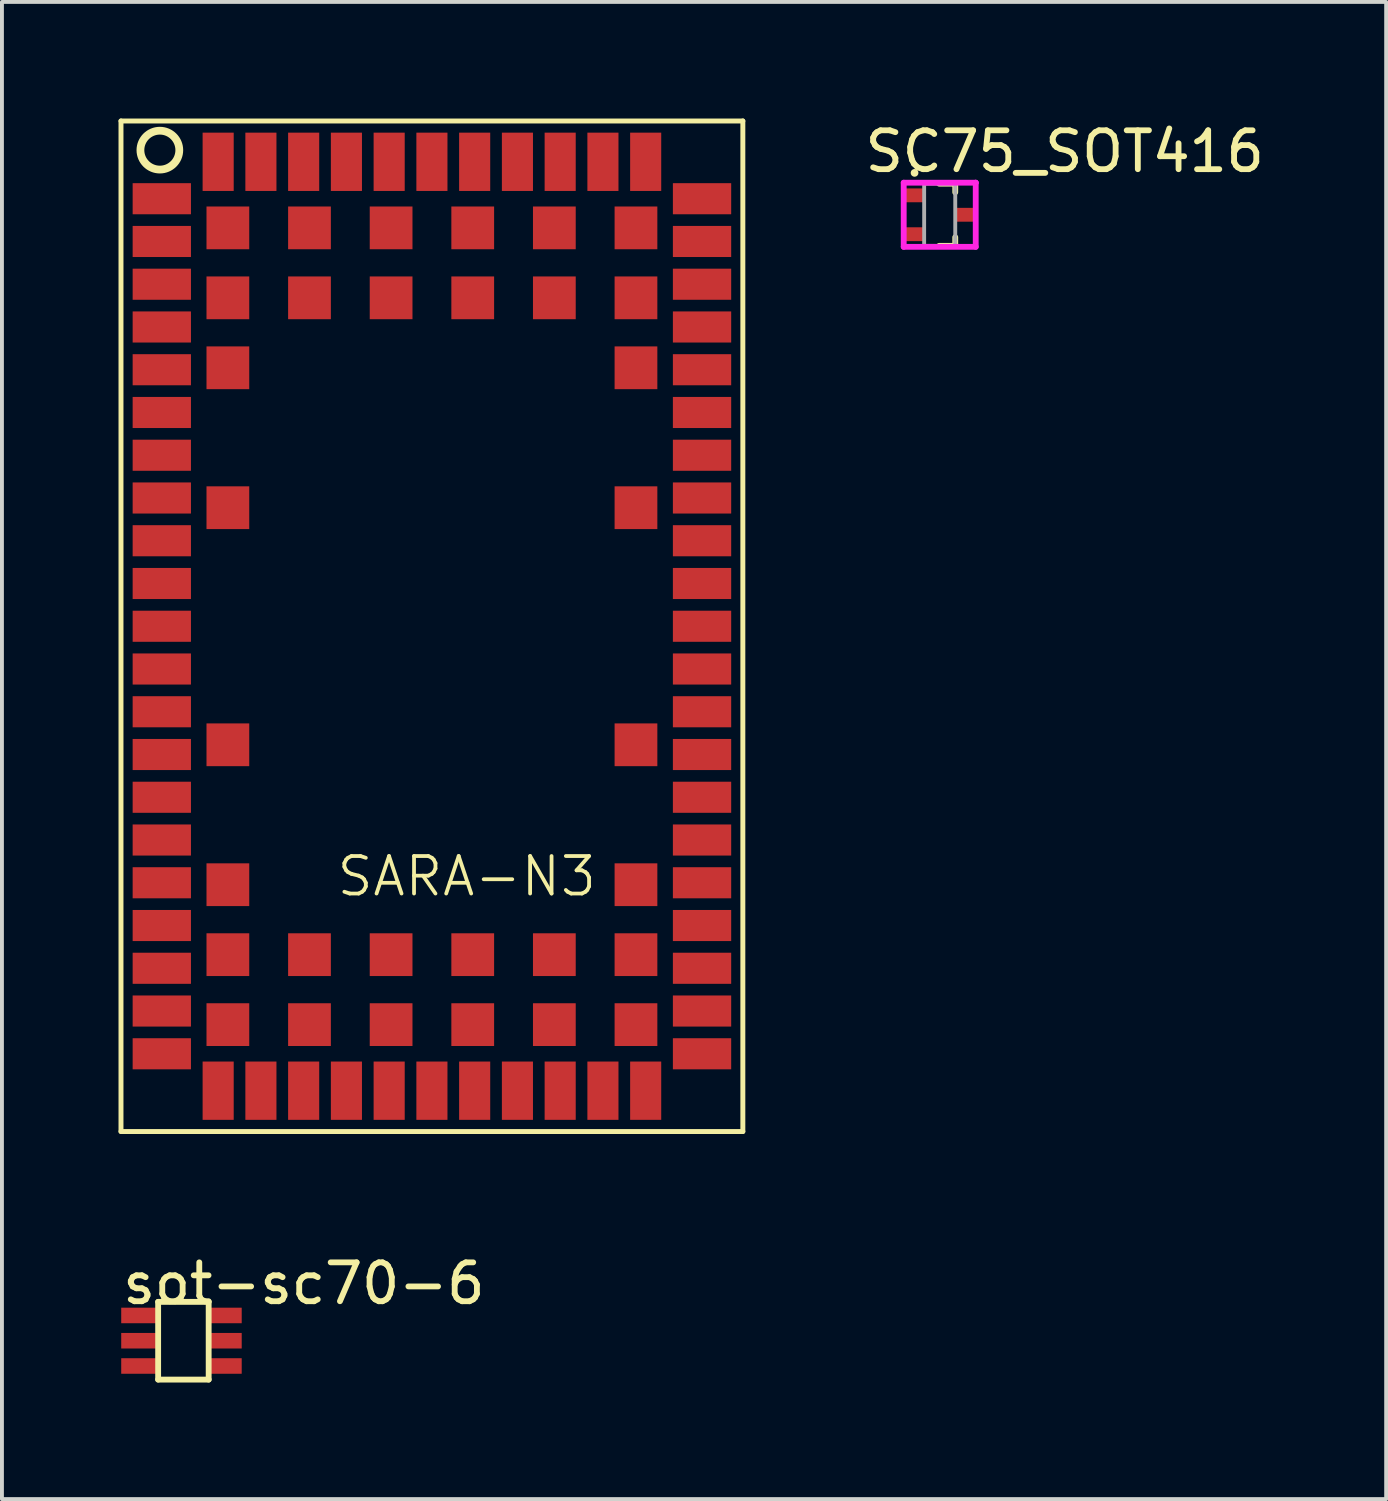
<source format=kicad_pcb>
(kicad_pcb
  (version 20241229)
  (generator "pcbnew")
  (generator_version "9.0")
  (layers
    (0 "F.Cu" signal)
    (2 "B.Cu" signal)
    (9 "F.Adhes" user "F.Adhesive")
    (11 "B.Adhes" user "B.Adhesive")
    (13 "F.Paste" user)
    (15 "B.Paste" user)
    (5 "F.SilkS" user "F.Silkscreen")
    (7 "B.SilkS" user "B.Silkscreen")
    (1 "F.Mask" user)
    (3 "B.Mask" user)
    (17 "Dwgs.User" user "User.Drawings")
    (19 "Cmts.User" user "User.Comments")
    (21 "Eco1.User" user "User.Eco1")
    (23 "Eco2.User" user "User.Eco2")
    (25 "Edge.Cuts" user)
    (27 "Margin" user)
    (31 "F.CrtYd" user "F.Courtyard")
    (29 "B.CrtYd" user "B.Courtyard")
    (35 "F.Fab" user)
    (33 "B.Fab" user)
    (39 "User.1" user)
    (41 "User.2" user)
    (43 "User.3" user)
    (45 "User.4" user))
  (footprint "SARA-N3"
    (layer "F.Cu")
    (at 8.063 2.063)
    (property "Reference" "SARA-N3" (at -2.5 18 0) (layer "F.SilkS") (effects (font (size 0.965 0.965) (thickness 0.097)) (justify left bottom)))
    (attr through_hole)
    (fp_line (start -8 -2) (end 8 -2) (stroke (width 0.127) (type solid)) (layer "F.SilkS"))
    (fp_line (start -8 24) (end -8 -2) (stroke (width 0.127) (type solid)) (layer "F.SilkS"))
    (fp_line (start 8 -2) (end 8 24) (stroke (width 0.127) (type solid)) (layer "F.SilkS"))
    (fp_line (start 8 24) (end -8 24) (stroke (width 0.127) (type solid)) (layer "F.SilkS"))
    (fp_circle (center -7 -1.25) (end -6.5 -1.25) (stroke (width 0.2) (type solid)) (fill no) (layer "F.SilkS"))
    (pad "1" smd rect (at -6.95 0 90) (size 0.8 1.5) (layers "F.Cu" "F.Mask" "F.Paste"))
    (pad "2" smd rect (at -6.95 1.1 90) (size 0.8 1.5) (layers "F.Cu" "F.Mask" "F.Paste"))
    (pad "3" smd rect (at -6.95 2.2 90) (size 0.8 1.5) (layers "F.Cu" "F.Mask" "F.Paste"))
    (pad "4" smd rect (at -6.95 3.3 90) (size 0.8 1.5) (layers "F.Cu" "F.Mask" "F.Paste"))
    (pad "5" smd rect (at -6.95 4.4 90) (size 0.8 1.5) (layers "F.Cu" "F.Mask" "F.Paste"))
    (pad "6" smd rect (at -6.95 5.5 90) (size 0.8 1.5) (layers "F.Cu" "F.Mask" "F.Paste"))
    (pad "7" smd rect (at -6.95 6.6 90) (size 0.8 1.5) (layers "F.Cu" "F.Mask" "F.Paste"))
    (pad "8" smd rect (at -6.95 7.7 90) (size 0.8 1.5) (layers "F.Cu" "F.Mask" "F.Paste"))
    (pad "9" smd rect (at -6.95 8.8 90) (size 0.8 1.5) (layers "F.Cu" "F.Mask" "F.Paste"))
    (pad "10" smd rect (at -6.95 9.9 90) (size 0.8 1.5) (layers "F.Cu" "F.Mask" "F.Paste"))
    (pad "11" smd rect (at -6.95 11 90) (size 0.8 1.5) (layers "F.Cu" "F.Mask" "F.Paste"))
    (pad "12" smd rect (at -6.95 12.1 90) (size 0.8 1.5) (layers "F.Cu" "F.Mask" "F.Paste"))
    (pad "13" smd rect (at -6.95 13.2 90) (size 0.8 1.5) (layers "F.Cu" "F.Mask" "F.Paste"))
    (pad "14" smd rect (at -6.95 14.3 90) (size 0.8 1.5) (layers "F.Cu" "F.Mask" "F.Paste"))
    (pad "15" smd rect (at -6.95 15.4 90) (size 0.8 1.5) (layers "F.Cu" "F.Mask" "F.Paste"))
    (pad "16" smd rect (at -6.95 16.5 90) (size 0.8 1.5) (layers "F.Cu" "F.Mask" "F.Paste"))
    (pad "17" smd rect (at -6.95 17.6 90) (size 0.8 1.5) (layers "F.Cu" "F.Mask" "F.Paste"))
    (pad "18" smd rect (at -6.95 18.7 90) (size 0.8 1.5) (layers "F.Cu" "F.Mask" "F.Paste"))
    (pad "19" smd rect (at -6.95 19.8 90) (size 0.8 1.5) (layers "F.Cu" "F.Mask" "F.Paste"))
    (pad "20" smd rect (at -6.95 20.9 90) (size 0.8 1.5) (layers "F.Cu" "F.Mask" "F.Paste"))
    (pad "21" smd rect (at -6.95 22 90) (size 0.8 1.5) (layers "F.Cu" "F.Mask" "F.Paste"))
    (pad "22" smd rect (at -5.5 22.95) (size 0.8 1.5) (layers "F.Cu" "F.Mask" "F.Paste"))
    (pad "23" smd rect (at -4.4 22.95) (size 0.8 1.5) (layers "F.Cu" "F.Mask" "F.Paste"))
    (pad "24" smd rect (at -3.3 22.95) (size 0.8 1.5) (layers "F.Cu" "F.Mask" "F.Paste"))
    (pad "25" smd rect (at -2.2 22.95) (size 0.8 1.5) (layers "F.Cu" "F.Mask" "F.Paste"))
    (pad "26" smd rect (at -1.1 22.95) (size 0.8 1.5) (layers "F.Cu" "F.Mask" "F.Paste"))
    (pad "27" smd rect (at 0 22.95) (size 0.8 1.5) (layers "F.Cu" "F.Mask" "F.Paste"))
    (pad "28" smd rect (at 1.1 22.95) (size 0.8 1.5) (layers "F.Cu" "F.Mask" "F.Paste"))
    (pad "29" smd rect (at 2.2 22.95) (size 0.8 1.5) (layers "F.Cu" "F.Mask" "F.Paste"))
    (pad "30" smd rect (at 3.3 22.95) (size 0.8 1.5) (layers "F.Cu" "F.Mask" "F.Paste"))
    (pad "31" smd rect (at 4.4 22.95) (size 0.8 1.5) (layers "F.Cu" "F.Mask" "F.Paste"))
    (pad "32" smd rect (at 5.5 22.95) (size 0.8 1.5) (layers "F.Cu" "F.Mask" "F.Paste"))
    (pad "33" smd rect (at 6.95 22 90) (size 0.8 1.5) (layers "F.Cu" "F.Mask" "F.Paste"))
    (pad "34" smd rect (at 6.95 20.9 90) (size 0.8 1.5) (layers "F.Cu" "F.Mask" "F.Paste"))
    (pad "35" smd rect (at 6.95 19.8 90) (size 0.8 1.5) (layers "F.Cu" "F.Mask" "F.Paste"))
    (pad "36" smd rect (at 6.95 18.7 90) (size 0.8 1.5) (layers "F.Cu" "F.Mask" "F.Paste"))
    (pad "37" smd rect (at 6.95 17.6 90) (size 0.8 1.5) (layers "F.Cu" "F.Mask" "F.Paste"))
    (pad "38" smd rect (at 6.95 16.5 90) (size 0.8 1.5) (layers "F.Cu" "F.Mask" "F.Paste"))
    (pad "39" smd rect (at 6.95 15.4 90) (size 0.8 1.5) (layers "F.Cu" "F.Mask" "F.Paste"))
    (pad "40" smd rect (at 6.95 14.3 90) (size 0.8 1.5) (layers "F.Cu" "F.Mask" "F.Paste"))
    (pad "41" smd rect (at 6.95 13.2 90) (size 0.8 1.5) (layers "F.Cu" "F.Mask" "F.Paste"))
    (pad "42" smd rect (at 6.95 12.1 90) (size 0.8 1.5) (layers "F.Cu" "F.Mask" "F.Paste"))
    (pad "43" smd rect (at 6.95 11 90) (size 0.8 1.5) (layers "F.Cu" "F.Mask" "F.Paste"))
    (pad "44" smd rect (at 6.95 9.9 90) (size 0.8 1.5) (layers "F.Cu" "F.Mask" "F.Paste"))
    (pad "45" smd rect (at 6.95 8.8 90) (size 0.8 1.5) (layers "F.Cu" "F.Mask" "F.Paste"))
    (pad "46" smd rect (at 6.95 7.7 90) (size 0.8 1.5) (layers "F.Cu" "F.Mask" "F.Paste"))
    (pad "47" smd rect (at 6.95 6.6 90) (size 0.8 1.5) (layers "F.Cu" "F.Mask" "F.Paste"))
    (pad "48" smd rect (at 6.95 5.5 90) (size 0.8 1.5) (layers "F.Cu" "F.Mask" "F.Paste"))
    (pad "49" smd rect (at 6.95 4.4 90) (size 0.8 1.5) (layers "F.Cu" "F.Mask" "F.Paste"))
    (pad "50" smd rect (at 6.95 3.3 90) (size 0.8 1.5) (layers "F.Cu" "F.Mask" "F.Paste"))
    (pad "51" smd rect (at 6.95 2.2 90) (size 0.8 1.5) (layers "F.Cu" "F.Mask" "F.Paste"))
    (pad "52" smd rect (at 6.95 1.1 90) (size 0.8 1.5) (layers "F.Cu" "F.Mask" "F.Paste"))
    (pad "53" smd rect (at 6.95 0 90) (size 0.8 1.5) (layers "F.Cu" "F.Mask" "F.Paste"))
    (pad "54" smd rect (at 5.5 -0.95) (size 0.8 1.5) (layers "F.Cu" "F.Mask" "F.Paste"))
    (pad "55" smd rect (at 4.4 -0.95) (size 0.8 1.5) (layers "F.Cu" "F.Mask" "F.Paste"))
    (pad "56" smd rect (at 3.3 -0.95) (size 0.8 1.5) (layers "F.Cu" "F.Mask" "F.Paste"))
    (pad "57" smd rect (at 2.2 -0.95) (size 0.8 1.5) (layers "F.Cu" "F.Mask" "F.Paste"))
    (pad "58" smd rect (at 1.1 -0.95) (size 0.8 1.5) (layers "F.Cu" "F.Mask" "F.Paste"))
    (pad "59" smd rect (at 0 -0.95) (size 0.8 1.5) (layers "F.Cu" "F.Mask" "F.Paste"))
    (pad "60" smd rect (at -1.1 -0.95) (size 0.8 1.5) (layers "F.Cu" "F.Mask" "F.Paste"))
    (pad "61" smd rect (at -2.2 -0.95) (size 0.8 1.5) (layers "F.Cu" "F.Mask" "F.Paste"))
    (pad "62" smd rect (at -3.3 -0.95) (size 0.8 1.5) (layers "F.Cu" "F.Mask" "F.Paste"))
    (pad "63" smd rect (at -4.4 -0.95) (size 0.8 1.5) (layers "F.Cu" "F.Mask" "F.Paste"))
    (pad "64" smd rect (at -5.5 -0.95) (size 0.8 1.5) (layers "F.Cu" "F.Mask" "F.Paste"))
    (pad "65" smd rect (at -5.25 0.75) (size 1.1 1.1) (layers "F.Cu" "F.Mask" "F.Paste"))
    (pad "66" smd rect (at -3.15 0.75) (size 1.1 1.1) (layers "F.Cu" "F.Mask" "F.Paste"))
    (pad "67" smd rect (at -1.05 0.75) (size 1.1 1.1) (layers "F.Cu" "F.Mask" "F.Paste"))
    (pad "68" smd rect (at 1.05 0.75) (size 1.1 1.1) (layers "F.Cu" "F.Mask" "F.Paste"))
    (pad "69" smd rect (at 3.15 0.75) (size 1.1 1.1) (layers "F.Cu" "F.Mask" "F.Paste"))
    (pad "70" smd rect (at 5.25 0.75) (size 1.1 1.1) (layers "F.Cu" "F.Mask" "F.Paste"))
    (pad "71" smd rect (at -5.25 2.55) (size 1.1 1.1) (layers "F.Cu" "F.Mask" "F.Paste"))
    (pad "72" smd rect (at -3.15 2.55) (size 1.1 1.1) (layers "F.Cu" "F.Mask" "F.Paste"))
    (pad "73" smd rect (at -1.05 2.55) (size 1.1 1.1) (layers "F.Cu" "F.Mask" "F.Paste"))
    (pad "74" smd rect (at 1.05 2.55) (size 1.1 1.1) (layers "F.Cu" "F.Mask" "F.Paste"))
    (pad "75" smd rect (at 3.15 2.55) (size 1.1 1.1) (layers "F.Cu" "F.Mask" "F.Paste"))
    (pad "76" smd rect (at 5.25 2.55) (size 1.1 1.1) (layers "F.Cu" "F.Mask" "F.Paste"))
    (pad "77" smd rect (at -5.25 4.35) (size 1.1 1.1) (layers "F.Cu" "F.Mask" "F.Paste"))
    (pad "78" smd rect (at 5.25 4.35) (size 1.1 1.1) (layers "F.Cu" "F.Mask" "F.Paste"))
    (pad "79" smd rect (at -5.25 7.95) (size 1.1 1.1) (layers "F.Cu" "F.Mask" "F.Paste"))
    (pad "80" smd rect (at 5.25 7.95) (size 1.1 1.1) (layers "F.Cu" "F.Mask" "F.Paste"))
    (pad "81" smd rect (at -5.25 14.05) (size 1.1 1.1) (layers "F.Cu" "F.Mask" "F.Paste"))
    (pad "82" smd rect (at 5.25 14.05) (size 1.1 1.1) (layers "F.Cu" "F.Mask" "F.Paste"))
    (pad "83" smd rect (at -5.25 17.65) (size 1.1 1.1) (layers "F.Cu" "F.Mask" "F.Paste"))
    (pad "84" smd rect (at 5.25 17.65) (size 1.1 1.1) (layers "F.Cu" "F.Mask" "F.Paste"))
    (pad "85" smd rect (at -5.25 19.45) (size 1.1 1.1) (layers "F.Cu" "F.Mask" "F.Paste"))
    (pad "86" smd rect (at -3.15 19.45) (size 1.1 1.1) (layers "F.Cu" "F.Mask" "F.Paste"))
    (pad "87" smd rect (at -1.05 19.45) (size 1.1 1.1) (layers "F.Cu" "F.Mask" "F.Paste"))
    (pad "88" smd rect (at 1.05 19.45) (size 1.1 1.1) (layers "F.Cu" "F.Mask" "F.Paste"))
    (pad "89" smd rect (at 3.15 19.45) (size 1.1 1.1) (layers "F.Cu" "F.Mask" "F.Paste"))
    (pad "90" smd rect (at 5.25 19.45) (size 1.1 1.1) (layers "F.Cu" "F.Mask" "F.Paste"))
    (pad "91" smd rect (at -5.25 21.25) (size 1.1 1.1) (layers "F.Cu" "F.Mask" "F.Paste"))
    (pad "92" smd rect (at -3.15 21.25) (size 1.1 1.1) (layers "F.Cu" "F.Mask" "F.Paste"))
    (pad "93" smd rect (at -1.05 21.25) (size 1.1 1.1) (layers "F.Cu" "F.Mask" "F.Paste"))
    (pad "94" smd rect (at 1.05 21.25) (size 1.1 1.1) (layers "F.Cu" "F.Mask" "F.Paste"))
    (pad "95" smd rect (at 3.15 21.25) (size 1.1 1.1) (layers "F.Cu" "F.Mask" "F.Paste"))
    (pad "96" smd rect (at 5.25 21.25) (size 1.1 1.1) (layers "F.Cu" "F.Mask" "F.Paste")))
  (footprint "SC75_SOT416"
    (layer "F.Cu")
    (at 21.128 2.476)
    (property "Reference" "SC75_SOT416" (at -2.001 -1.628 0) (layer "F.SilkS") (effects (font (size 1 1) (thickness 0.15)) (justify left)))
    (attr smd)
    (fp_line (start -0.013 -0.8) (end 0.4 -0.8) (stroke (width 0.15) (type solid)) (layer "F.SilkS"))
    (fp_line (start -0.013 0.8) (end 0.4 0.8) (stroke (width 0.15) (type solid)) (layer "F.SilkS"))
    (fp_line (start 0.4 -0.578) (end 0.4 -0.8) (stroke (width 0.15) (type solid)) (layer "F.SilkS"))
    (fp_line (start 0.4 0.8) (end 0.4 0.578) (stroke (width 0.15) (type solid)) (layer "F.SilkS"))
    (fp_circle (center -0.647 -1.078) (end -0.597 -1.078) (stroke (width 0.1) (type solid)) (fill no) (layer "F.SilkS"))
    (fp_line (start -0.926 -0.825) (end -0.926 0.825) (stroke (width 0.15) (type solid)) (layer "F.CrtYd"))
    (fp_line (start -0.926 0.825) (end 0.927 0.825) (stroke (width 0.15) (type solid)) (layer "F.CrtYd"))
    (fp_line (start 0.927 -0.825) (end -0.926 -0.825) (stroke (width 0.15) (type solid)) (layer "F.CrtYd"))
    (fp_line (start 0.927 -0.825) (end 0.927 -0.825) (stroke (width 0.15) (type solid)) (layer "F.CrtYd"))
    (fp_line (start 0.927 0.825) (end 0.927 -0.825) (stroke (width 0.15) (type solid)) (layer "F.CrtYd"))
    (fp_line (start -0.4 -0.8) (end 0.4 -0.8) (stroke (width 0.1) (type solid)) (layer "F.Fab"))
    (fp_line (start -0.4 0.8) (end -0.4 -0.8) (stroke (width 0.1) (type solid)) (layer "F.Fab"))
    (fp_line (start -0.4 0.8) (end 0.4 0.8) (stroke (width 0.1) (type solid)) (layer "F.Fab"))
    (fp_line (start 0.4 0.8) (end 0.4 -0.8) (stroke (width 0.1) (type solid)) (layer "F.Fab"))
    (pad "1" smd rect (at -0.647 -0.5 90) (size 0.356 0.508) (layers "F.Cu" "F.Mask" "F.Paste"))
    (pad "2" smd rect (at -0.647 0.5 90) (size 0.356 0.508) (layers "F.Cu" "F.Mask" "F.Paste"))
    (pad "3" smd rect (at 0.648 -0.000001 90) (size 0.356 0.508) (layers "F.Cu" "F.Mask" "F.Paste")))
  (footprint "sot-sc70-6"
    (layer "F.Cu")
    (at 1.718 30.975)
    (property "Reference" "sot-sc70-6" (at 3.05 -1 0) (layer "F.SilkS") (effects (font (size 1 1) (thickness 0.15))))
    (attr through_hole)
    (fp_line (start -0.699 -0.529) (end 0.601 -0.529) (stroke (width 0.15) (type solid)) (layer "F.SilkS"))
    (fp_line (start -0.699 1.471) (end -0.699 -0.529) (stroke (width 0.15) (type solid)) (layer "F.SilkS"))
    (fp_line (start 0.601 -0.529) (end 0.601 1.471) (stroke (width 0.15) (type solid)) (layer "F.SilkS"))
    (fp_line (start 0.601 1.471) (end -0.699 1.471) (stroke (width 0.15) (type solid)) (layer "F.SilkS"))
    (pad "1" smd rect (at -1.199 -0.179 90) (size 0.4 0.9) (layers "F.Cu" "F.Mask" "F.Paste"))
    (pad "2" smd rect (at -1.199 0.471 90) (size 0.4 0.9) (layers "F.Cu" "F.Mask" "F.Paste"))
    (pad "3" smd rect (at -1.199 1.121 90) (size 0.4 0.9) (layers "F.Cu" "F.Mask" "F.Paste"))
    (pad "4" smd rect (at 1.001 -0.179 90) (size 0.4 0.9) (layers "F.Cu" "F.Mask" "F.Paste"))
    (pad "5" smd rect (at 1.001 0.471 90) (size 0.4 0.9) (layers "F.Cu" "F.Mask" "F.Paste"))
    (pad "6" smd rect (at 1.001 1.121 90) (size 0.4 0.9) (layers "F.Cu" "F.Mask" "F.Paste")))
  (gr_rect
    (start -3 -3)
    (end 32.615 35.521)
    (stroke (width 0.1) (type default))
    (fill no)
    (layer "Edge.Cuts")))
</source>
